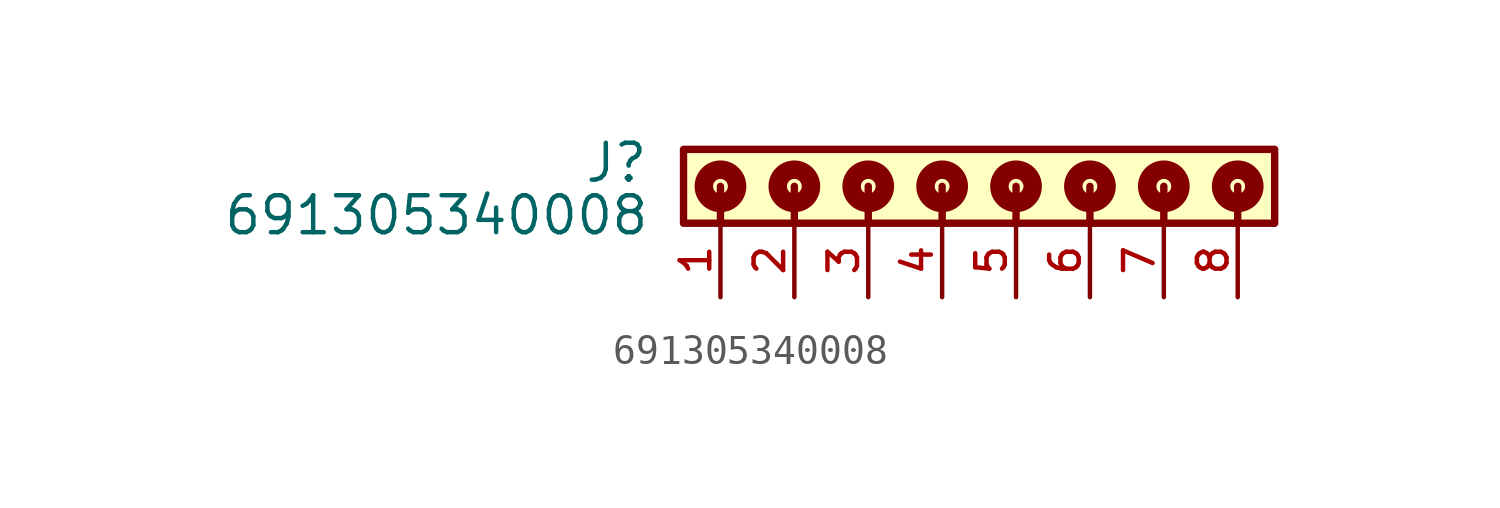
<source format=kicad_sym>
(kicad_symbol_lib
  (version 20211014)
  (generator kicad_symbol_editor)
  (symbol "691305340008"
    (pin_names
      (offset 1.016))
    (property "Reference" "J"
      (at -10.07 -1.205 0)
      (effects (font (size 1.27 1.27)) (justify bottom right)))
    (property "Value" "691305340008"
      (at -10.03 -3.01 0)
      (effects (font (size 1.27 1.27)) (justify bottom right)))
    (symbol "691305340008_0_0"
      (polyline (pts (xy -7.62 -1.27) (xy -7.62 -2.54)) (stroke (width 0.254)))
      (polyline (pts (xy -5.08 -1.27) (xy -5.08 -2.54)) (stroke (width 0.254)))
      (polyline (pts (xy -2.54 -1.27) (xy -2.54 -2.54)) (stroke (width 0.254)))
      (polyline (pts (xy 0.0 -1.27) (xy 0.0 -2.54)) (stroke (width 0.254)))
      (polyline (pts (xy 2.54 -1.27) (xy 2.54 -2.54)) (stroke (width 0.254)))
      (polyline (pts (xy 5.08 -1.27) (xy 5.08 -2.54)) (stroke (width 0.254)))
      (polyline (pts (xy 7.62 -1.27) (xy 7.62 -2.54)) (stroke (width 0.254)))
      (polyline (pts (xy 10.16 -1.27) (xy 10.16 -2.54)) (stroke (width 0.254)))
      (circle (center -7.62 -1.27) (radius 0.254) (stroke (width 0.635)) (fill (type none)))
      (circle (center -5.08 -1.27) (radius 0.254) (stroke (width 0.635)) (fill (type none)))
      (circle (center -2.54 -1.27) (radius 0.254) (stroke (width 0.635)) (fill (type none)))
      (circle (center 0.0 -1.27) (radius 0.254) (stroke (width 0.635)) (fill (type none)))
      (circle (center 2.54 -1.27) (radius 0.254) (stroke (width 0.635)) (fill (type none)))
      (circle (center 5.08 -1.27) (radius 0.254) (stroke (width 0.635)) (fill (type none)))
      (circle (center 7.62 -1.27) (radius 0.254) (stroke (width 0.635)) (fill (type none)))
      (circle (center 10.16 -1.27) (radius 0.254) (stroke (width 0.635)) (fill (type none)))
      (rectangle (start -8.89 -2.54) (end 11.43 0.0) (stroke (width 0.254)) (fill (type background)))
      (pin passive line (at -7.62 -5.08 90.0) (length 2.54) (name "~" (effects (font (size 1.016 1.016)))) (number "1" (effects (font (size 1.016 1.016)))))
      (pin passive line (at -5.08 -5.08 90.0) (length 2.54) (name "~" (effects (font (size 1.016 1.016)))) (number "2" (effects (font (size 1.016 1.016)))))
      (pin passive line (at -2.54 -5.08 90.0) (length 2.54) (name "~" (effects (font (size 1.016 1.016)))) (number "3" (effects (font (size 1.016 1.016)))))
      (pin passive line (at 0.0 -5.08 90.0) (length 2.54) (name "~" (effects (font (size 1.016 1.016)))) (number "4" (effects (font (size 1.016 1.016)))))
      (pin passive line (at 2.54 -5.08 90.0) (length 2.54) (name "~" (effects (font (size 1.016 1.016)))) (number "5" (effects (font (size 1.016 1.016)))))
      (pin passive line (at 5.08 -5.08 90.0) (length 2.54) (name "~" (effects (font (size 1.016 1.016)))) (number "6" (effects (font (size 1.016 1.016)))))
      (pin passive line (at 7.62 -5.08 90.0) (length 2.54) (name "~" (effects (font (size 1.016 1.016)))) (number "7" (effects (font (size 1.016 1.016)))))
      (pin passive line (at 10.16 -5.08 90.0) (length 2.54) (name "~" (effects (font (size 1.016 1.016)))) (number "8" (effects (font (size 1.016 1.016))))))))
</source>
